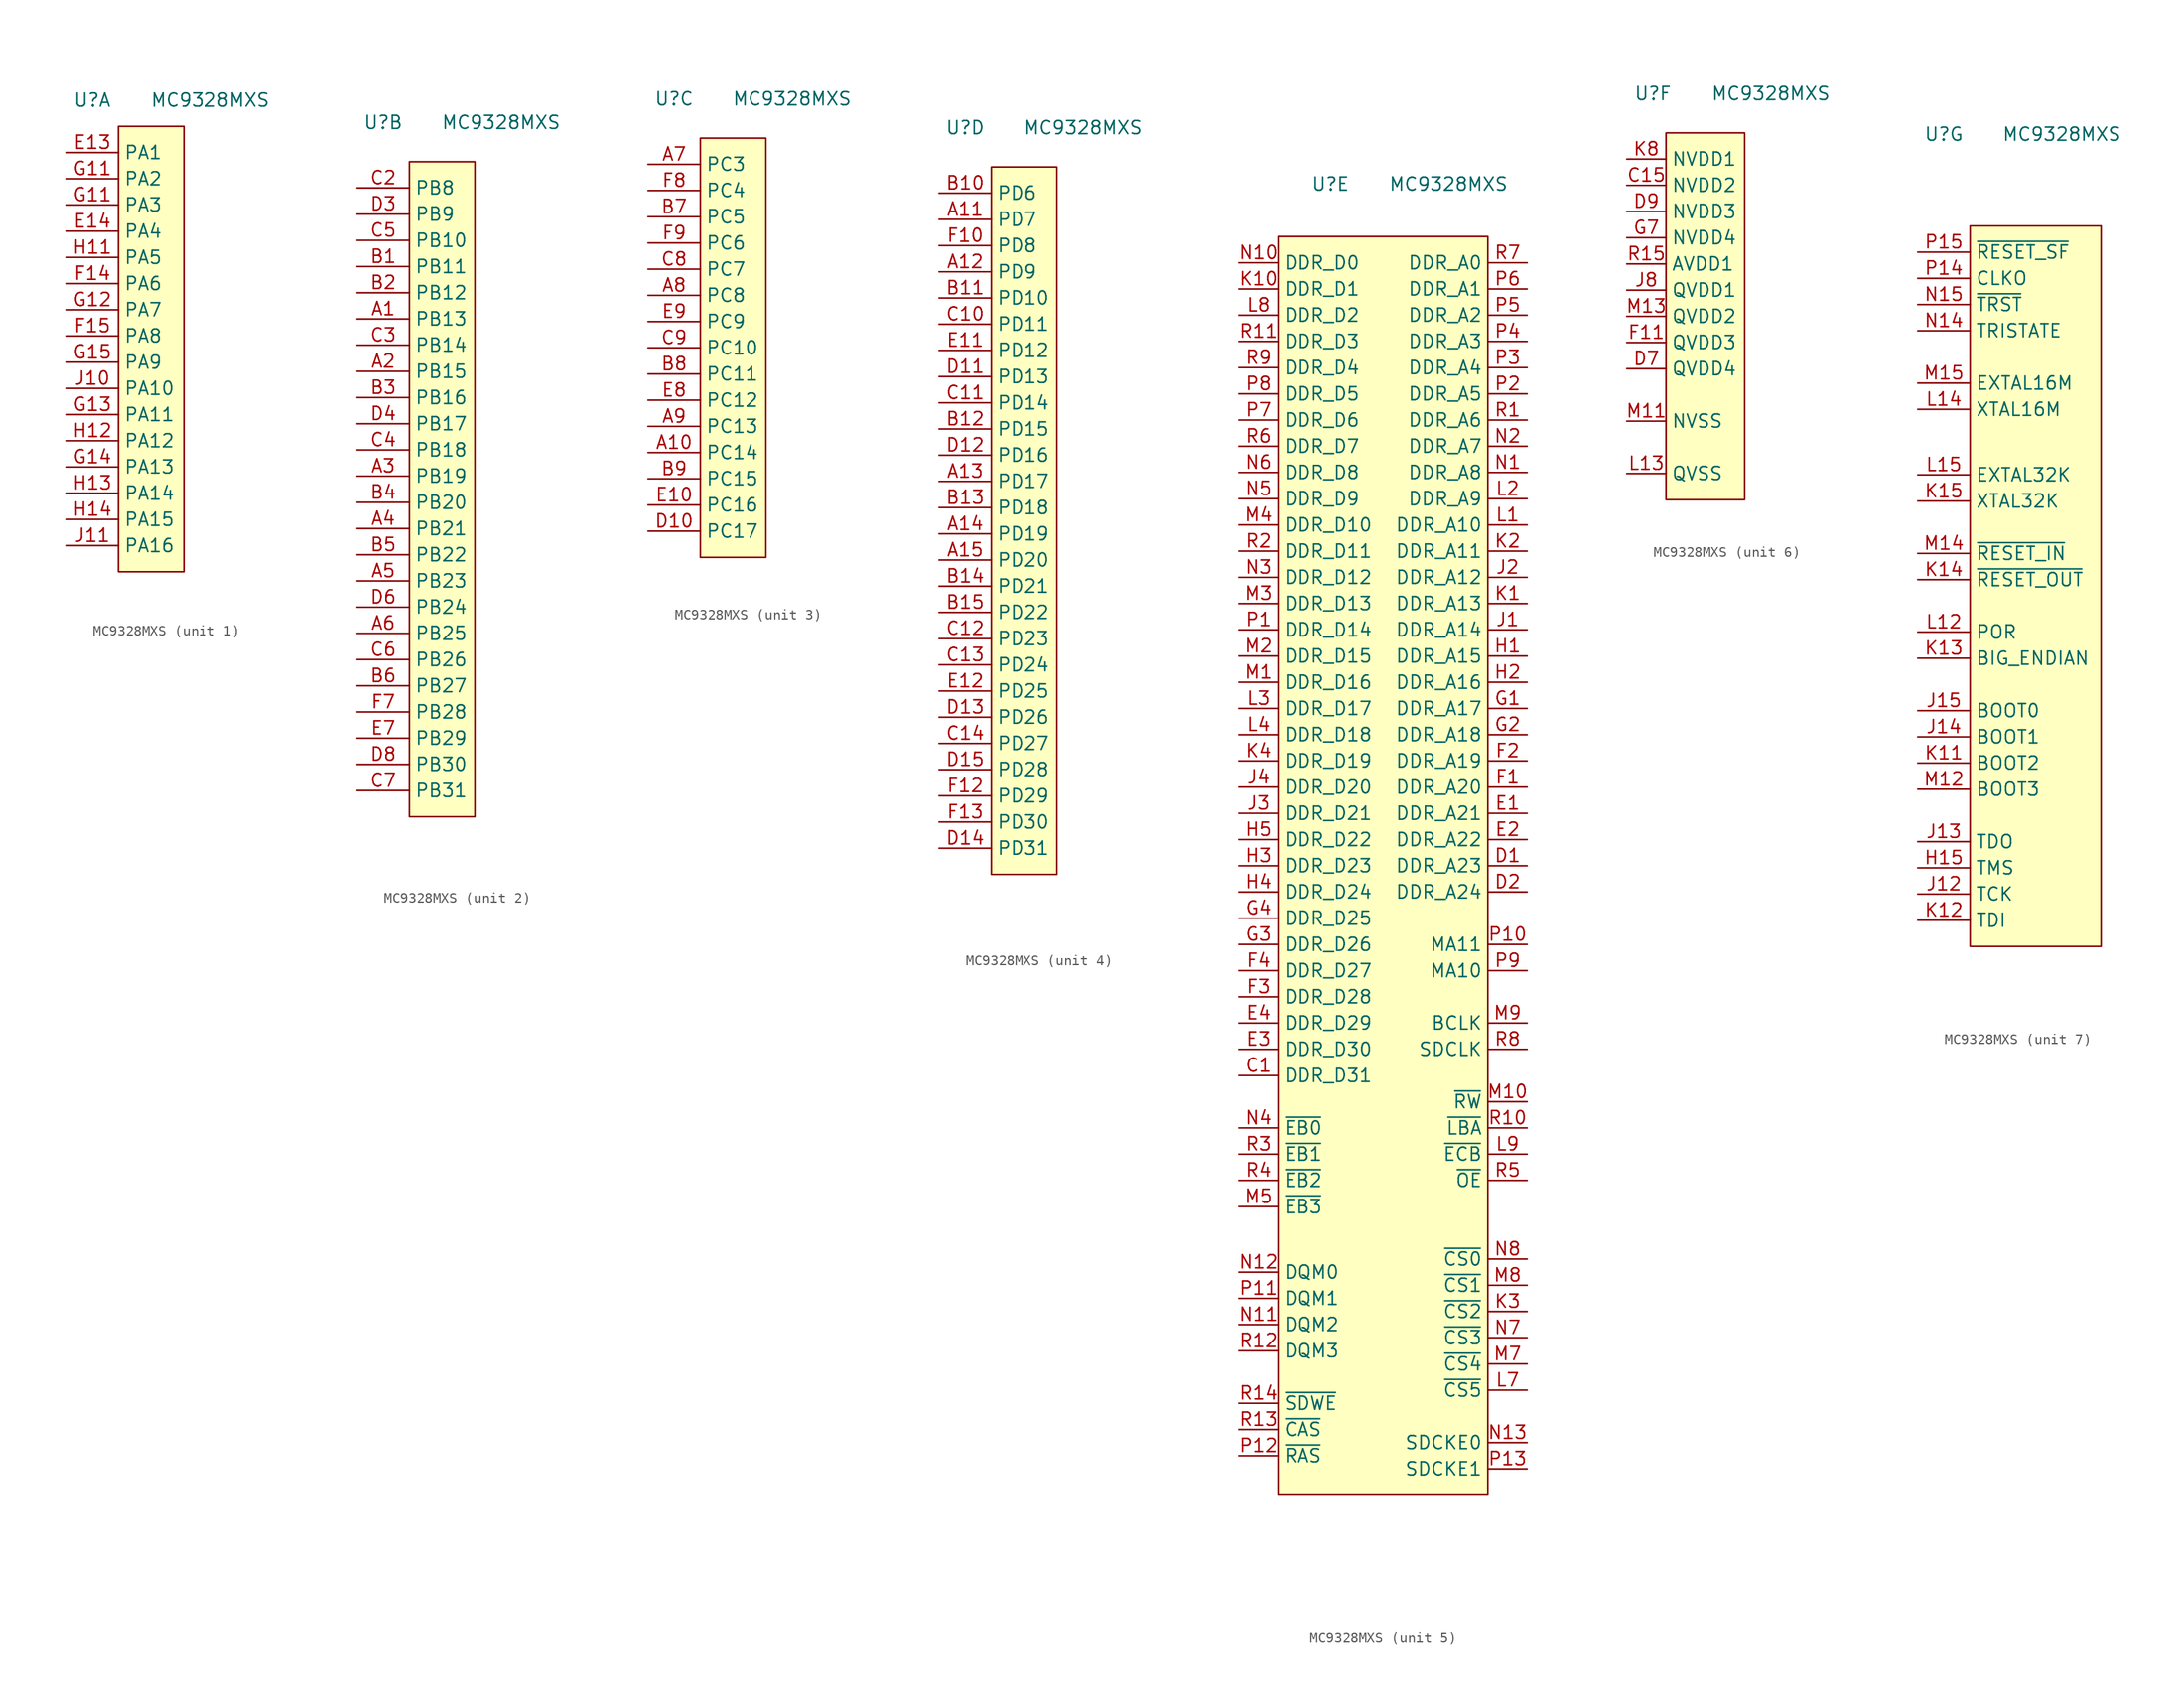
<source format=kicad_sym>
(kicad_symbol_lib
  (version 20220914)
  (generator kicad_symbol_editor)
  (symbol "MC9328MXS"
    (property "Reference" "U"
      (at -5.08 2.54 0)
      (effects (font (size 1.27 1.27))))
    (property "Value" "MC9328MXS"
      (at 6.35 2.54 0)
      (effects (font (size 1.27 1.27))))
    (property "ki_locked" ""
      (at 0 0 0)
      (effects (font (size 1.27 1.27))))
    (symbol "MC9328MXS_1_0"
      (pin passive line (at -7.62 -2.54 0) (length 5.08) (name "PA1" (effects (font (size 1.27 1.27)))) (number "E13" (effects (font (size 1.27 1.27)))))
      (pin passive line (at -7.62 -10.16 0) (length 5.08) (name "PA4" (effects (font (size 1.27 1.27)))) (number "E14" (effects (font (size 1.27 1.27)))))
      (pin passive line (at -7.62 -15.24 0) (length 5.08) (name "PA6" (effects (font (size 1.27 1.27)))) (number "F14" (effects (font (size 1.27 1.27)))))
      (pin passive line (at -7.62 -20.32 0) (length 5.08) (name "PA8" (effects (font (size 1.27 1.27)))) (number "F15" (effects (font (size 1.27 1.27)))))
      (pin passive line (at -7.62 -5.08 0) (length 5.08) (name "PA2" (effects (font (size 1.27 1.27)))) (number "G11" (effects (font (size 1.27 1.27)))))
      (pin passive line (at -7.62 -7.62 0) (length 5.08) (name "PA3" (effects (font (size 1.27 1.27)))) (number "G11" (effects (font (size 1.27 1.27)))))
      (pin passive line (at -7.62 -17.78 0) (length 5.08) (name "PA7" (effects (font (size 1.27 1.27)))) (number "G12" (effects (font (size 1.27 1.27)))))
      (pin passive line (at -7.62 -27.94 0) (length 5.08) (name "PA11" (effects (font (size 1.27 1.27)))) (number "G13" (effects (font (size 1.27 1.27)))))
      (pin passive line (at -7.62 -33.02 0) (length 5.08) (name "PA13" (effects (font (size 1.27 1.27)))) (number "G14" (effects (font (size 1.27 1.27)))))
      (pin passive line (at -7.62 -22.86 0) (length 5.08) (name "PA9" (effects (font (size 1.27 1.27)))) (number "G15" (effects (font (size 1.27 1.27)))))
      (pin passive line (at -7.62 -12.7 0) (length 5.08) (name "PA5" (effects (font (size 1.27 1.27)))) (number "H11" (effects (font (size 1.27 1.27)))))
      (pin passive line (at -7.62 -30.48 0) (length 5.08) (name "PA12" (effects (font (size 1.27 1.27)))) (number "H12" (effects (font (size 1.27 1.27)))))
      (pin passive line (at -7.62 -35.56 0) (length 5.08) (name "PA14" (effects (font (size 1.27 1.27)))) (number "H13" (effects (font (size 1.27 1.27)))))
      (pin passive line (at -7.62 -38.1 0) (length 5.08) (name "PA15" (effects (font (size 1.27 1.27)))) (number "H14" (effects (font (size 1.27 1.27)))))
      (pin passive line (at -7.62 -25.4 0) (length 5.08) (name "PA10" (effects (font (size 1.27 1.27)))) (number "J10" (effects (font (size 1.27 1.27)))))
      (pin passive line (at -7.62 -40.64 0) (length 5.08) (name "PA16" (effects (font (size 1.27 1.27)))) (number "J11" (effects (font (size 1.27 1.27))))))
    (symbol "MC9328MXS_1_1"
      (rectangle (start -2.54 0) (end 3.81 -43.18) (stroke (width 0.152) (type default)) (fill (type background))))
    (symbol "MC9328MXS_2_0"
      (pin passive line (at -7.62 -16.51 0) (length 5.08) (name "PB13" (effects (font (size 1.27 1.27)))) (number "A1" (effects (font (size 1.27 1.27)))))
      (pin passive line (at -7.62 -21.59 0) (length 5.08) (name "PB15" (effects (font (size 1.27 1.27)))) (number "A2" (effects (font (size 1.27 1.27)))))
      (pin passive line (at -7.62 -31.75 0) (length 5.08) (name "PB19" (effects (font (size 1.27 1.27)))) (number "A3" (effects (font (size 1.27 1.27)))))
      (pin passive line (at -7.62 -36.83 0) (length 5.08) (name "PB21" (effects (font (size 1.27 1.27)))) (number "A4" (effects (font (size 1.27 1.27)))))
      (pin passive line (at -7.62 -41.91 0) (length 5.08) (name "PB23" (effects (font (size 1.27 1.27)))) (number "A5" (effects (font (size 1.27 1.27)))))
      (pin passive line (at -7.62 -46.99 0) (length 5.08) (name "PB25" (effects (font (size 1.27 1.27)))) (number "A6" (effects (font (size 1.27 1.27)))))
      (pin passive line (at -7.62 -11.43 0) (length 5.08) (name "PB11" (effects (font (size 1.27 1.27)))) (number "B1" (effects (font (size 1.27 1.27)))))
      (pin passive line (at -7.62 -13.97 0) (length 5.08) (name "PB12" (effects (font (size 1.27 1.27)))) (number "B2" (effects (font (size 1.27 1.27)))))
      (pin passive line (at -7.62 -24.13 0) (length 5.08) (name "PB16" (effects (font (size 1.27 1.27)))) (number "B3" (effects (font (size 1.27 1.27)))))
      (pin passive line (at -7.62 -34.29 0) (length 5.08) (name "PB20" (effects (font (size 1.27 1.27)))) (number "B4" (effects (font (size 1.27 1.27)))))
      (pin passive line (at -7.62 -39.37 0) (length 5.08) (name "PB22" (effects (font (size 1.27 1.27)))) (number "B5" (effects (font (size 1.27 1.27)))))
      (pin passive line (at -7.62 -52.07 0) (length 5.08) (name "PB27" (effects (font (size 1.27 1.27)))) (number "B6" (effects (font (size 1.27 1.27)))))
      (pin passive line (at -7.62 -3.81 0) (length 5.08) (name "PB8" (effects (font (size 1.27 1.27)))) (number "C2" (effects (font (size 1.27 1.27)))))
      (pin passive line (at -7.62 -19.05 0) (length 5.08) (name "PB14" (effects (font (size 1.27 1.27)))) (number "C3" (effects (font (size 1.27 1.27)))))
      (pin passive line (at -7.62 -29.21 0) (length 5.08) (name "PB18" (effects (font (size 1.27 1.27)))) (number "C4" (effects (font (size 1.27 1.27)))))
      (pin passive line (at -7.62 -8.89 0) (length 5.08) (name "PB10" (effects (font (size 1.27 1.27)))) (number "C5" (effects (font (size 1.27 1.27)))))
      (pin passive line (at -7.62 -49.53 0) (length 5.08) (name "PB26" (effects (font (size 1.27 1.27)))) (number "C6" (effects (font (size 1.27 1.27)))))
      (pin passive line (at -7.62 -62.23 0) (length 5.08) (name "PB31" (effects (font (size 1.27 1.27)))) (number "C7" (effects (font (size 1.27 1.27)))))
      (pin passive line (at -7.62 -6.35 0) (length 5.08) (name "PB9" (effects (font (size 1.27 1.27)))) (number "D3" (effects (font (size 1.27 1.27)))))
      (pin passive line (at -7.62 -26.67 0) (length 5.08) (name "PB17" (effects (font (size 1.27 1.27)))) (number "D4" (effects (font (size 1.27 1.27)))))
      (pin passive line (at -7.62 -44.45 0) (length 5.08) (name "PB24" (effects (font (size 1.27 1.27)))) (number "D6" (effects (font (size 1.27 1.27)))))
      (pin passive line (at -7.62 -59.69 0) (length 5.08) (name "PB30" (effects (font (size 1.27 1.27)))) (number "D8" (effects (font (size 1.27 1.27)))))
      (pin passive line (at -7.62 -57.15 0) (length 5.08) (name "PB29" (effects (font (size 1.27 1.27)))) (number "E7" (effects (font (size 1.27 1.27)))))
      (pin passive line (at -7.62 -54.61 0) (length 5.08) (name "PB28" (effects (font (size 1.27 1.27)))) (number "F7" (effects (font (size 1.27 1.27))))))
    (symbol "MC9328MXS_2_1"
      (rectangle (start -2.54 -1.27) (end 3.81 -64.77) (stroke (width 0.152) (type default)) (fill (type background))))
    (symbol "MC9328MXS_3_0"
      (pin passive line (at -7.62 -31.75 0) (length 5.08) (name "PC14" (effects (font (size 1.27 1.27)))) (number "A10" (effects (font (size 1.27 1.27)))))
      (pin passive line (at -7.62 -3.81 0) (length 5.08) (name "PC3" (effects (font (size 1.27 1.27)))) (number "A7" (effects (font (size 1.27 1.27)))))
      (pin passive line (at -7.62 -16.51 0) (length 5.08) (name "PC8" (effects (font (size 1.27 1.27)))) (number "A8" (effects (font (size 1.27 1.27)))))
      (pin passive line (at -7.62 -29.21 0) (length 5.08) (name "PC13" (effects (font (size 1.27 1.27)))) (number "A9" (effects (font (size 1.27 1.27)))))
      (pin passive line (at -7.62 -8.89 0) (length 5.08) (name "PC5" (effects (font (size 1.27 1.27)))) (number "B7" (effects (font (size 1.27 1.27)))))
      (pin passive line (at -7.62 -24.13 0) (length 5.08) (name "PC11" (effects (font (size 1.27 1.27)))) (number "B8" (effects (font (size 1.27 1.27)))))
      (pin passive line (at -7.62 -34.29 0) (length 5.08) (name "PC15" (effects (font (size 1.27 1.27)))) (number "B9" (effects (font (size 1.27 1.27)))))
      (pin passive line (at -7.62 -13.97 0) (length 5.08) (name "PC7" (effects (font (size 1.27 1.27)))) (number "C8" (effects (font (size 1.27 1.27)))))
      (pin passive line (at -7.62 -21.59 0) (length 5.08) (name "PC10" (effects (font (size 1.27 1.27)))) (number "C9" (effects (font (size 1.27 1.27)))))
      (pin passive line (at -7.62 -39.37 0) (length 5.08) (name "PC17" (effects (font (size 1.27 1.27)))) (number "D10" (effects (font (size 1.27 1.27)))))
      (pin passive line (at -7.62 -36.83 0) (length 5.08) (name "PC16" (effects (font (size 1.27 1.27)))) (number "E10" (effects (font (size 1.27 1.27)))))
      (pin passive line (at -7.62 -26.67 0) (length 5.08) (name "PC12" (effects (font (size 1.27 1.27)))) (number "E8" (effects (font (size 1.27 1.27)))))
      (pin passive line (at -7.62 -19.05 0) (length 5.08) (name "PC9" (effects (font (size 1.27 1.27)))) (number "E9" (effects (font (size 1.27 1.27)))))
      (pin passive line (at -7.62 -6.35 0) (length 5.08) (name "PC4" (effects (font (size 1.27 1.27)))) (number "F8" (effects (font (size 1.27 1.27)))))
      (pin passive line (at -7.62 -11.43 0) (length 5.08) (name "PC6" (effects (font (size 1.27 1.27)))) (number "F9" (effects (font (size 1.27 1.27))))))
    (symbol "MC9328MXS_3_1"
      (rectangle (start -2.54 -1.27) (end 3.81 -41.91) (stroke (width 0.152) (type default)) (fill (type background))))
    (symbol "MC9328MXS_4_0"
      (pin passive line (at -7.62 -6.35 0) (length 5.08) (name "PD7" (effects (font (size 1.27 1.27)))) (number "A11" (effects (font (size 1.27 1.27)))))
      (pin passive line (at -7.62 -11.43 0) (length 5.08) (name "PD9" (effects (font (size 1.27 1.27)))) (number "A12" (effects (font (size 1.27 1.27)))))
      (pin passive line (at -7.62 -31.75 0) (length 5.08) (name "PD17" (effects (font (size 1.27 1.27)))) (number "A13" (effects (font (size 1.27 1.27)))))
      (pin passive line (at -7.62 -36.83 0) (length 5.08) (name "PD19" (effects (font (size 1.27 1.27)))) (number "A14" (effects (font (size 1.27 1.27)))))
      (pin passive line (at -7.62 -39.37 0) (length 5.08) (name "PD20" (effects (font (size 1.27 1.27)))) (number "A15" (effects (font (size 1.27 1.27)))))
      (pin passive line (at -7.62 -3.81 0) (length 5.08) (name "PD6" (effects (font (size 1.27 1.27)))) (number "B10" (effects (font (size 1.27 1.27)))))
      (pin passive line (at -7.62 -13.97 0) (length 5.08) (name "PD10" (effects (font (size 1.27 1.27)))) (number "B11" (effects (font (size 1.27 1.27)))))
      (pin passive line (at -7.62 -26.67 0) (length 5.08) (name "PD15" (effects (font (size 1.27 1.27)))) (number "B12" (effects (font (size 1.27 1.27)))))
      (pin passive line (at -7.62 -34.29 0) (length 5.08) (name "PD18" (effects (font (size 1.27 1.27)))) (number "B13" (effects (font (size 1.27 1.27)))))
      (pin passive line (at -7.62 -41.91 0) (length 5.08) (name "PD21" (effects (font (size 1.27 1.27)))) (number "B14" (effects (font (size 1.27 1.27)))))
      (pin passive line (at -7.62 -44.45 0) (length 5.08) (name "PD22" (effects (font (size 1.27 1.27)))) (number "B15" (effects (font (size 1.27 1.27)))))
      (pin passive line (at -7.62 -16.51 0) (length 5.08) (name "PD11" (effects (font (size 1.27 1.27)))) (number "C10" (effects (font (size 1.27 1.27)))))
      (pin passive line (at -7.62 -24.13 0) (length 5.08) (name "PD14" (effects (font (size 1.27 1.27)))) (number "C11" (effects (font (size 1.27 1.27)))))
      (pin passive line (at -7.62 -46.99 0) (length 5.08) (name "PD23" (effects (font (size 1.27 1.27)))) (number "C12" (effects (font (size 1.27 1.27)))))
      (pin passive line (at -7.62 -49.53 0) (length 5.08) (name "PD24" (effects (font (size 1.27 1.27)))) (number "C13" (effects (font (size 1.27 1.27)))))
      (pin passive line (at -7.62 -57.15 0) (length 5.08) (name "PD27" (effects (font (size 1.27 1.27)))) (number "C14" (effects (font (size 1.27 1.27)))))
      (pin passive line (at -7.62 -21.59 0) (length 5.08) (name "PD13" (effects (font (size 1.27 1.27)))) (number "D11" (effects (font (size 1.27 1.27)))))
      (pin passive line (at -7.62 -29.21 0) (length 5.08) (name "PD16" (effects (font (size 1.27 1.27)))) (number "D12" (effects (font (size 1.27 1.27)))))
      (pin passive line (at -7.62 -54.61 0) (length 5.08) (name "PD26" (effects (font (size 1.27 1.27)))) (number "D13" (effects (font (size 1.27 1.27)))))
      (pin passive line (at -7.62 -67.31 0) (length 5.08) (name "PD31" (effects (font (size 1.27 1.27)))) (number "D14" (effects (font (size 1.27 1.27)))))
      (pin passive line (at -7.62 -59.69 0) (length 5.08) (name "PD28" (effects (font (size 1.27 1.27)))) (number "D15" (effects (font (size 1.27 1.27)))))
      (pin passive line (at -7.62 -19.05 0) (length 5.08) (name "PD12" (effects (font (size 1.27 1.27)))) (number "E11" (effects (font (size 1.27 1.27)))))
      (pin passive line (at -7.62 -52.07 0) (length 5.08) (name "PD25" (effects (font (size 1.27 1.27)))) (number "E12" (effects (font (size 1.27 1.27)))))
      (pin passive line (at -7.62 -8.89 0) (length 5.08) (name "PD8" (effects (font (size 1.27 1.27)))) (number "F10" (effects (font (size 1.27 1.27)))))
      (pin passive line (at -7.62 -62.23 0) (length 5.08) (name "PD29" (effects (font (size 1.27 1.27)))) (number "F12" (effects (font (size 1.27 1.27)))))
      (pin passive line (at -7.62 -64.77 0) (length 5.08) (name "PD30" (effects (font (size 1.27 1.27)))) (number "F13" (effects (font (size 1.27 1.27))))))
    (symbol "MC9328MXS_4_1"
      (rectangle (start -2.54 -1.27) (end 3.81 -69.85) (stroke (width 0.152) (type default)) (fill (type background))))
    (symbol "MC9328MXS_5_0"
      (pin passive line (at -13.97 -107.95 0) (length 3.81) (name "DQM2" (effects (font (size 1.27 1.27)))) (number "N11" (effects (font (size 1.27 1.27)))))
      (pin passive line (at -13.97 -102.87 0) (length 3.81) (name "DQM0" (effects (font (size 1.27 1.27)))) (number "N12" (effects (font (size 1.27 1.27)))))
      (pin passive line (at 13.97 -119.38 180) (length 3.81) (name "SDCKE0" (effects (font (size 1.27 1.27)))) (number "N13" (effects (font (size 1.27 1.27)))))
      (pin passive line (at 13.97 -71.12 180) (length 3.81) (name "MA11" (effects (font (size 1.27 1.27)))) (number "P10" (effects (font (size 1.27 1.27)))))
      (pin passive line (at -13.97 -105.41 0) (length 3.81) (name "DQM1" (effects (font (size 1.27 1.27)))) (number "P11" (effects (font (size 1.27 1.27)))))
      (pin passive line (at -13.97 -120.65 0) (length 3.81) (name "~{RAS}" (effects (font (size 1.27 1.27)))) (number "P12" (effects (font (size 1.27 1.27)))))
      (pin passive line (at 13.97 -121.92 180) (length 3.81) (name "SDCKE1" (effects (font (size 1.27 1.27)))) (number "P13" (effects (font (size 1.27 1.27)))))
      (pin passive line (at 13.97 -73.66 180) (length 3.81) (name "MA10" (effects (font (size 1.27 1.27)))) (number "P9" (effects (font (size 1.27 1.27)))))
      (pin passive line (at -13.97 -110.49 0) (length 3.81) (name "DQM3" (effects (font (size 1.27 1.27)))) (number "R12" (effects (font (size 1.27 1.27)))))
      (pin passive line (at -13.97 -118.11 0) (length 3.81) (name "~{CAS}" (effects (font (size 1.27 1.27)))) (number "R13" (effects (font (size 1.27 1.27)))))
      (pin passive line (at -13.97 -115.57 0) (length 3.81) (name "~{SDWE}" (effects (font (size 1.27 1.27)))) (number "R14" (effects (font (size 1.27 1.27)))))
      (pin passive line (at 13.97 -81.28 180) (length 3.81) (name "SDCLK" (effects (font (size 1.27 1.27)))) (number "R8" (effects (font (size 1.27 1.27))))))
    (symbol "MC9328MXS_5_1"
      (rectangle (start -10.16 -2.54) (end 10.16 -124.46) (stroke (width 0.152) (type default)) (fill (type background)))
      (pin bidirectional line (at -13.97 -83.82 0) (length 3.81) (name "DDR_D31" (effects (font (size 1.27 1.27)))) (number "C1" (effects (font (size 1.27 1.27)))))
      (pin output line (at 13.97 -63.5 180) (length 3.81) (name "DDR_A23" (effects (font (size 1.27 1.27)))) (number "D1" (effects (font (size 1.27 1.27)))))
      (pin output line (at 13.97 -66.04 180) (length 3.81) (name "DDR_A24" (effects (font (size 1.27 1.27)))) (number "D2" (effects (font (size 1.27 1.27)))))
      (pin output line (at 13.97 -58.42 180) (length 3.81) (name "DDR_A21" (effects (font (size 1.27 1.27)))) (number "E1" (effects (font (size 1.27 1.27)))))
      (pin output line (at 13.97 -60.96 180) (length 3.81) (name "DDR_A22" (effects (font (size 1.27 1.27)))) (number "E2" (effects (font (size 1.27 1.27)))))
      (pin bidirectional line (at -13.97 -81.28 0) (length 3.81) (name "DDR_D30" (effects (font (size 1.27 1.27)))) (number "E3" (effects (font (size 1.27 1.27)))))
      (pin bidirectional line (at -13.97 -78.74 0) (length 3.81) (name "DDR_D29" (effects (font (size 1.27 1.27)))) (number "E4" (effects (font (size 1.27 1.27)))))
      (pin output line (at 13.97 -55.88 180) (length 3.81) (name "DDR_A20" (effects (font (size 1.27 1.27)))) (number "F1" (effects (font (size 1.27 1.27)))))
      (pin output line (at 13.97 -53.34 180) (length 3.81) (name "DDR_A19" (effects (font (size 1.27 1.27)))) (number "F2" (effects (font (size 1.27 1.27)))))
      (pin bidirectional line (at -13.97 -76.2 0) (length 3.81) (name "DDR_D28" (effects (font (size 1.27 1.27)))) (number "F3" (effects (font (size 1.27 1.27)))))
      (pin bidirectional line (at -13.97 -73.66 0) (length 3.81) (name "DDR_D27" (effects (font (size 1.27 1.27)))) (number "F4" (effects (font (size 1.27 1.27)))))
      (pin output line (at 13.97 -48.26 180) (length 3.81) (name "DDR_A17" (effects (font (size 1.27 1.27)))) (number "G1" (effects (font (size 1.27 1.27)))))
      (pin output line (at 13.97 -50.8 180) (length 3.81) (name "DDR_A18" (effects (font (size 1.27 1.27)))) (number "G2" (effects (font (size 1.27 1.27)))))
      (pin bidirectional line (at -13.97 -71.12 0) (length 3.81) (name "DDR_D26" (effects (font (size 1.27 1.27)))) (number "G3" (effects (font (size 1.27 1.27)))))
      (pin bidirectional line (at -13.97 -68.58 0) (length 3.81) (name "DDR_D25" (effects (font (size 1.27 1.27)))) (number "G4" (effects (font (size 1.27 1.27)))))
      (pin output line (at 13.97 -43.18 180) (length 3.81) (name "DDR_A15" (effects (font (size 1.27 1.27)))) (number "H1" (effects (font (size 1.27 1.27)))))
      (pin output line (at 13.97 -45.72 180) (length 3.81) (name "DDR_A16" (effects (font (size 1.27 1.27)))) (number "H2" (effects (font (size 1.27 1.27)))))
      (pin bidirectional line (at -13.97 -63.5 0) (length 3.81) (name "DDR_D23" (effects (font (size 1.27 1.27)))) (number "H3" (effects (font (size 1.27 1.27)))))
      (pin bidirectional line (at -13.97 -66.04 0) (length 3.81) (name "DDR_D24" (effects (font (size 1.27 1.27)))) (number "H4" (effects (font (size 1.27 1.27)))))
      (pin bidirectional line (at -13.97 -60.96 0) (length 3.81) (name "DDR_D22" (effects (font (size 1.27 1.27)))) (number "H5" (effects (font (size 1.27 1.27)))))
      (pin output line (at 13.97 -40.64 180) (length 3.81) (name "DDR_A14" (effects (font (size 1.27 1.27)))) (number "J1" (effects (font (size 1.27 1.27)))))
      (pin output line (at 13.97 -35.56 180) (length 3.81) (name "DDR_A12" (effects (font (size 1.27 1.27)))) (number "J2" (effects (font (size 1.27 1.27)))))
      (pin bidirectional line (at -13.97 -58.42 0) (length 3.81) (name "DDR_D21" (effects (font (size 1.27 1.27)))) (number "J3" (effects (font (size 1.27 1.27)))))
      (pin bidirectional line (at -13.97 -55.88 0) (length 3.81) (name "DDR_D20" (effects (font (size 1.27 1.27)))) (number "J4" (effects (font (size 1.27 1.27)))))
      (pin output line (at 13.97 -38.1 180) (length 3.81) (name "DDR_A13" (effects (font (size 1.27 1.27)))) (number "K1" (effects (font (size 1.27 1.27)))))
      (pin bidirectional line (at -13.97 -7.62 0) (length 3.81) (name "DDR_D1" (effects (font (size 1.27 1.27)))) (number "K10" (effects (font (size 1.27 1.27)))))
      (pin output line (at 13.97 -33.02 180) (length 3.81) (name "DDR_A11" (effects (font (size 1.27 1.27)))) (number "K2" (effects (font (size 1.27 1.27)))))
      (pin output line (at 13.97 -106.68 180) (length 3.81) (name "~{CS2}" (effects (font (size 1.27 1.27)))) (number "K3" (effects (font (size 1.27 1.27)))))
      (pin bidirectional line (at -13.97 -53.34 0) (length 3.81) (name "DDR_D19" (effects (font (size 1.27 1.27)))) (number "K4" (effects (font (size 1.27 1.27)))))
      (pin output line (at 13.97 -30.48 180) (length 3.81) (name "DDR_A10" (effects (font (size 1.27 1.27)))) (number "L1" (effects (font (size 1.27 1.27)))))
      (pin output line (at 13.97 -27.94 180) (length 3.81) (name "DDR_A9" (effects (font (size 1.27 1.27)))) (number "L2" (effects (font (size 1.27 1.27)))))
      (pin bidirectional line (at -13.97 -48.26 0) (length 3.81) (name "DDR_D17" (effects (font (size 1.27 1.27)))) (number "L3" (effects (font (size 1.27 1.27)))))
      (pin bidirectional line (at -13.97 -50.8 0) (length 3.81) (name "DDR_D18" (effects (font (size 1.27 1.27)))) (number "L4" (effects (font (size 1.27 1.27)))))
      (pin output line (at 13.97 -114.3 180) (length 3.81) (name "~{CS5}" (effects (font (size 1.27 1.27)))) (number "L7" (effects (font (size 1.27 1.27)))))
      (pin bidirectional line (at -13.97 -10.16 0) (length 3.81) (name "DDR_D2" (effects (font (size 1.27 1.27)))) (number "L8" (effects (font (size 1.27 1.27)))))
      (pin output line (at 13.97 -91.44 180) (length 3.81) (name "~{ECB}" (effects (font (size 1.27 1.27)))) (number "L9" (effects (font (size 1.27 1.27)))))
      (pin bidirectional line (at -13.97 -45.72 0) (length 3.81) (name "DDR_D16" (effects (font (size 1.27 1.27)))) (number "M1" (effects (font (size 1.27 1.27)))))
      (pin output line (at 13.97 -86.36 180) (length 3.81) (name "~{RW}" (effects (font (size 1.27 1.27)))) (number "M10" (effects (font (size 1.27 1.27)))))
      (pin bidirectional line (at -13.97 -43.18 0) (length 3.81) (name "DDR_D15" (effects (font (size 1.27 1.27)))) (number "M2" (effects (font (size 1.27 1.27)))))
      (pin bidirectional line (at -13.97 -38.1 0) (length 3.81) (name "DDR_D13" (effects (font (size 1.27 1.27)))) (number "M3" (effects (font (size 1.27 1.27)))))
      (pin bidirectional line (at -13.97 -30.48 0) (length 3.81) (name "DDR_D10" (effects (font (size 1.27 1.27)))) (number "M4" (effects (font (size 1.27 1.27)))))
      (pin output line (at -13.97 -96.52 0) (length 3.81) (name "~{EB3}" (effects (font (size 1.27 1.27)))) (number "M5" (effects (font (size 1.27 1.27)))))
      (pin output line (at 13.97 -111.76 180) (length 3.81) (name "~{CS4}" (effects (font (size 1.27 1.27)))) (number "M7" (effects (font (size 1.27 1.27)))))
      (pin output line (at 13.97 -104.14 180) (length 3.81) (name "~{CS1}" (effects (font (size 1.27 1.27)))) (number "M8" (effects (font (size 1.27 1.27)))))
      (pin output line (at 13.97 -78.74 180) (length 3.81) (name "BCLK" (effects (font (size 1.27 1.27)))) (number "M9" (effects (font (size 1.27 1.27)))))
      (pin output line (at 13.97 -25.4 180) (length 3.81) (name "DDR_A8" (effects (font (size 1.27 1.27)))) (number "N1" (effects (font (size 1.27 1.27)))))
      (pin bidirectional line (at -13.97 -5.08 0) (length 3.81) (name "DDR_D0" (effects (font (size 1.27 1.27)))) (number "N10" (effects (font (size 1.27 1.27)))))
      (pin output line (at 13.97 -22.86 180) (length 3.81) (name "DDR_A7" (effects (font (size 1.27 1.27)))) (number "N2" (effects (font (size 1.27 1.27)))))
      (pin bidirectional line (at -13.97 -35.56 0) (length 3.81) (name "DDR_D12" (effects (font (size 1.27 1.27)))) (number "N3" (effects (font (size 1.27 1.27)))))
      (pin output line (at -13.97 -88.9 0) (length 3.81) (name "~{EB0}" (effects (font (size 1.27 1.27)))) (number "N4" (effects (font (size 1.27 1.27)))))
      (pin bidirectional line (at -13.97 -27.94 0) (length 3.81) (name "DDR_D9" (effects (font (size 1.27 1.27)))) (number "N5" (effects (font (size 1.27 1.27)))))
      (pin bidirectional line (at -13.97 -25.4 0) (length 3.81) (name "DDR_D8" (effects (font (size 1.27 1.27)))) (number "N6" (effects (font (size 1.27 1.27)))))
      (pin output line (at 13.97 -109.22 180) (length 3.81) (name "~{CS3}" (effects (font (size 1.27 1.27)))) (number "N7" (effects (font (size 1.27 1.27)))))
      (pin output line (at 13.97 -101.6 180) (length 3.81) (name "~{CS0}" (effects (font (size 1.27 1.27)))) (number "N8" (effects (font (size 1.27 1.27)))))
      (pin bidirectional line (at -13.97 -40.64 0) (length 3.81) (name "DDR_D14" (effects (font (size 1.27 1.27)))) (number "P1" (effects (font (size 1.27 1.27)))))
      (pin output line (at 13.97 -17.78 180) (length 3.81) (name "DDR_A5" (effects (font (size 1.27 1.27)))) (number "P2" (effects (font (size 1.27 1.27)))))
      (pin output line (at 13.97 -15.24 180) (length 3.81) (name "DDR_A4" (effects (font (size 1.27 1.27)))) (number "P3" (effects (font (size 1.27 1.27)))))
      (pin output line (at 13.97 -12.7 180) (length 3.81) (name "DDR_A3" (effects (font (size 1.27 1.27)))) (number "P4" (effects (font (size 1.27 1.27)))))
      (pin output line (at 13.97 -10.16 180) (length 3.81) (name "DDR_A2" (effects (font (size 1.27 1.27)))) (number "P5" (effects (font (size 1.27 1.27)))))
      (pin output line (at 13.97 -7.62 180) (length 3.81) (name "DDR_A1" (effects (font (size 1.27 1.27)))) (number "P6" (effects (font (size 1.27 1.27)))))
      (pin bidirectional line (at -13.97 -20.32 0) (length 3.81) (name "DDR_D6" (effects (font (size 1.27 1.27)))) (number "P7" (effects (font (size 1.27 1.27)))))
      (pin bidirectional line (at -13.97 -17.78 0) (length 3.81) (name "DDR_D5" (effects (font (size 1.27 1.27)))) (number "P8" (effects (font (size 1.27 1.27)))))
      (pin output line (at 13.97 -20.32 180) (length 3.81) (name "DDR_A6" (effects (font (size 1.27 1.27)))) (number "R1" (effects (font (size 1.27 1.27)))))
      (pin output line (at 13.97 -88.9 180) (length 3.81) (name "~{LBA}" (effects (font (size 1.27 1.27)))) (number "R10" (effects (font (size 1.27 1.27)))))
      (pin bidirectional line (at -13.97 -12.7 0) (length 3.81) (name "DDR_D3" (effects (font (size 1.27 1.27)))) (number "R11" (effects (font (size 1.27 1.27)))))
      (pin bidirectional line (at -13.97 -33.02 0) (length 3.81) (name "DDR_D11" (effects (font (size 1.27 1.27)))) (number "R2" (effects (font (size 1.27 1.27)))))
      (pin output line (at -13.97 -91.44 0) (length 3.81) (name "~{EB1}" (effects (font (size 1.27 1.27)))) (number "R3" (effects (font (size 1.27 1.27)))))
      (pin output line (at -13.97 -93.98 0) (length 3.81) (name "~{EB2}" (effects (font (size 1.27 1.27)))) (number "R4" (effects (font (size 1.27 1.27)))))
      (pin output line (at 13.97 -93.98 180) (length 3.81) (name "~{OE}" (effects (font (size 1.27 1.27)))) (number "R5" (effects (font (size 1.27 1.27)))))
      (pin bidirectional line (at -13.97 -22.86 0) (length 3.81) (name "DDR_D7" (effects (font (size 1.27 1.27)))) (number "R6" (effects (font (size 1.27 1.27)))))
      (pin output line (at 13.97 -5.08 180) (length 3.81) (name "DDR_A0" (effects (font (size 1.27 1.27)))) (number "R7" (effects (font (size 1.27 1.27)))))
      (pin bidirectional line (at -13.97 -15.24 0) (length 3.81) (name "DDR_D4" (effects (font (size 1.27 1.27)))) (number "R9" (effects (font (size 1.27 1.27))))))
    (symbol "MC9328MXS_6_0"
      (pin passive line (at -7.62 -19.05 0) (length 3.81) (name "QVDD2" (effects (font (size 1.27 1.27)))) (number "M13" (effects (font (size 1.27 1.27)))))
      (pin passive line (at -7.62 -13.97 0) (length 3.81) (name "AVDD1" (effects (font (size 1.27 1.27)))) (number "R15" (effects (font (size 1.27 1.27))))))
    (symbol "MC9328MXS_6_1"
      (rectangle (start -3.81 -1.27) (end 3.81 -36.83) (stroke (width 0.152) (type default)) (fill (type background)))
      (pin passive line (at -7.62 -6.35 0) (length 3.81) (name "NVDD2" (effects (font (size 1.27 1.27)))) (number "C15" (effects (font (size 1.27 1.27)))))
      (pin passive line (at -7.62 -3.81 0) (length 3.81) hide (name "NVDD1" (effects (font (size 1.27 1.27)))) (number "D5" (effects (font (size 1.27 1.27)))))
      (pin passive line (at -7.62 -24.13 0) (length 3.81) (name "QVDD4" (effects (font (size 1.27 1.27)))) (number "D7" (effects (font (size 1.27 1.27)))))
      (pin passive line (at -7.62 -8.89 0) (length 3.81) (name "NVDD3" (effects (font (size 1.27 1.27)))) (number "D9" (effects (font (size 1.27 1.27)))))
      (pin passive line (at -7.62 -3.81 0) (length 3.81) hide (name "NVDD1" (effects (font (size 1.27 1.27)))) (number "E5" (effects (font (size 1.27 1.27)))))
      (pin passive line (at -7.62 -34.29 0) (length 3.81) hide (name "QVSS" (effects (font (size 1.27 1.27)))) (number "E6" (effects (font (size 1.27 1.27)))))
      (pin passive line (at -7.62 -21.59 0) (length 3.81) (name "QVDD3" (effects (font (size 1.27 1.27)))) (number "F11" (effects (font (size 1.27 1.27)))))
      (pin passive line (at -7.62 -3.81 0) (length 3.81) hide (name "NVDD1" (effects (font (size 1.27 1.27)))) (number "F5" (effects (font (size 1.27 1.27)))))
      (pin passive line (at -7.62 -3.81 0) (length 3.81) hide (name "NVDD1" (effects (font (size 1.27 1.27)))) (number "F6" (effects (font (size 1.27 1.27)))))
      (pin passive line (at -7.62 -34.29 0) (length 3.81) hide (name "QVSS" (effects (font (size 1.27 1.27)))) (number "G10" (effects (font (size 1.27 1.27)))))
      (pin passive line (at -7.62 -3.81 0) (length 3.81) hide (name "NVDD1" (effects (font (size 1.27 1.27)))) (number "G5" (effects (font (size 1.27 1.27)))))
      (pin passive line (at -7.62 -29.21 0) (length 3.81) hide (name "NVSS" (effects (font (size 1.27 1.27)))) (number "G6" (effects (font (size 1.27 1.27)))))
      (pin passive line (at -7.62 -11.43 0) (length 3.81) (name "NVDD4" (effects (font (size 1.27 1.27)))) (number "G7" (effects (font (size 1.27 1.27)))))
      (pin passive line (at -7.62 -29.21 0) (length 3.81) hide (name "NVSS" (effects (font (size 1.27 1.27)))) (number "G8" (effects (font (size 1.27 1.27)))))
      (pin passive line (at -7.62 -29.21 0) (length 3.81) hide (name "NVSS" (effects (font (size 1.27 1.27)))) (number "G9" (effects (font (size 1.27 1.27)))))
      (pin passive line (at -7.62 -6.35 0) (length 3.81) hide (name "NVDD2" (effects (font (size 1.27 1.27)))) (number "H10" (effects (font (size 1.27 1.27)))))
      (pin passive line (at -7.62 -29.21 0) (length 3.81) hide (name "NVSS" (effects (font (size 1.27 1.27)))) (number "H6" (effects (font (size 1.27 1.27)))))
      (pin passive line (at -7.62 -29.21 0) (length 3.81) hide (name "NVSS" (effects (font (size 1.27 1.27)))) (number "H7" (effects (font (size 1.27 1.27)))))
      (pin passive line (at -7.62 -29.21 0) (length 3.81) hide (name "NVSS" (effects (font (size 1.27 1.27)))) (number "H8" (effects (font (size 1.27 1.27)))))
      (pin passive line (at -7.62 -29.21 0) (length 3.81) hide (name "NVSS" (effects (font (size 1.27 1.27)))) (number "H9" (effects (font (size 1.27 1.27)))))
      (pin passive line (at -7.62 -3.81 0) (length 3.81) hide (name "NVDD1" (effects (font (size 1.27 1.27)))) (number "J5" (effects (font (size 1.27 1.27)))))
      (pin passive line (at -7.62 -29.21 0) (length 3.81) hide (name "NVSS" (effects (font (size 1.27 1.27)))) (number "J6" (effects (font (size 1.27 1.27)))))
      (pin passive line (at -7.62 -29.21 0) (length 3.81) hide (name "NVSS" (effects (font (size 1.27 1.27)))) (number "J7" (effects (font (size 1.27 1.27)))))
      (pin passive line (at -7.62 -16.51 0) (length 3.81) (name "QVDD1" (effects (font (size 1.27 1.27)))) (number "J8" (effects (font (size 1.27 1.27)))))
      (pin passive line (at -7.62 -29.21 0) (length 3.81) hide (name "NVSS" (effects (font (size 1.27 1.27)))) (number "J9" (effects (font (size 1.27 1.27)))))
      (pin passive line (at -7.62 -3.81 0) (length 3.81) hide (name "NVDD1" (effects (font (size 1.27 1.27)))) (number "K5" (effects (font (size 1.27 1.27)))))
      (pin passive line (at -7.62 -29.21 0) (length 3.81) hide (name "NVSS" (effects (font (size 1.27 1.27)))) (number "K6" (effects (font (size 1.27 1.27)))))
      (pin passive line (at -7.62 -34.29 0) (length 3.81) hide (name "QVSS" (effects (font (size 1.27 1.27)))) (number "K7" (effects (font (size 1.27 1.27)))))
      (pin passive line (at -7.62 -3.81 0) (length 3.81) (name "NVDD1" (effects (font (size 1.27 1.27)))) (number "K8" (effects (font (size 1.27 1.27)))))
      (pin passive line (at -7.62 -29.21 0) (length 3.81) hide (name "NVSS" (effects (font (size 1.27 1.27)))) (number "K9" (effects (font (size 1.27 1.27)))))
      (pin passive line (at -7.62 -29.21 0) (length 3.81) hide (name "NVSS" (effects (font (size 1.27 1.27)))) (number "L10" (effects (font (size 1.27 1.27)))))
      (pin passive line (at -7.62 -29.21 0) (length 3.81) hide (name "NVSS" (effects (font (size 1.27 1.27)))) (number "L11" (effects (font (size 1.27 1.27)))))
      (pin passive line (at -7.62 -34.29 0) (length 3.81) (name "QVSS" (effects (font (size 1.27 1.27)))) (number "L13" (effects (font (size 1.27 1.27)))))
      (pin passive line (at -7.62 -3.81 0) (length 3.81) hide (name "NVDD1" (effects (font (size 1.27 1.27)))) (number "L5" (effects (font (size 1.27 1.27)))))
      (pin passive line (at -7.62 -3.81 0) (length 3.81) hide (name "NVDD1" (effects (font (size 1.27 1.27)))) (number "L6" (effects (font (size 1.27 1.27)))))
      (pin passive line (at -7.62 -29.21 0) (length 3.81) (name "NVSS" (effects (font (size 1.27 1.27)))) (number "M11" (effects (font (size 1.27 1.27)))))
      (pin passive line (at -7.62 -3.81 0) (length 3.81) hide (name "NVDD1" (effects (font (size 1.27 1.27)))) (number "M6" (effects (font (size 1.27 1.27))))))
    (symbol "MC9328MXS_7_0"
      (pin passive line (at -7.62 -68.58 0) (length 5.08) (name "TMS" (effects (font (size 1.27 1.27)))) (number "H15" (effects (font (size 1.27 1.27)))))
      (pin passive line (at -7.62 -71.12 0) (length 5.08) (name "TCK" (effects (font (size 1.27 1.27)))) (number "J12" (effects (font (size 1.27 1.27)))))
      (pin passive line (at -7.62 -66.04 0) (length 5.08) (name "TDO" (effects (font (size 1.27 1.27)))) (number "J13" (effects (font (size 1.27 1.27)))))
      (pin passive line (at -7.62 -55.88 0) (length 5.08) (name "BOOT1" (effects (font (size 1.27 1.27)))) (number "J14" (effects (font (size 1.27 1.27)))))
      (pin passive line (at -7.62 -53.34 0) (length 5.08) (name "BOOT0" (effects (font (size 1.27 1.27)))) (number "J15" (effects (font (size 1.27 1.27)))))
      (pin passive line (at -7.62 -58.42 0) (length 5.08) (name "BOOT2" (effects (font (size 1.27 1.27)))) (number "K11" (effects (font (size 1.27 1.27)))))
      (pin passive line (at -7.62 -73.66 0) (length 5.08) (name "TDI" (effects (font (size 1.27 1.27)))) (number "K12" (effects (font (size 1.27 1.27)))))
      (pin passive line (at -7.62 -48.26 0) (length 5.08) (name "BIG_ENDIAN" (effects (font (size 1.27 1.27)))) (number "K13" (effects (font (size 1.27 1.27)))))
      (pin passive line (at -7.62 -40.64 0) (length 5.08) (name "~{RESET_OUT}" (effects (font (size 1.27 1.27)))) (number "K14" (effects (font (size 1.27 1.27)))))
      (pin passive line (at -7.62 -33.02 0) (length 5.08) (name "XTAL32K" (effects (font (size 1.27 1.27)))) (number "K15" (effects (font (size 1.27 1.27)))))
      (pin passive line (at -7.62 -45.72 0) (length 5.08) (name "POR" (effects (font (size 1.27 1.27)))) (number "L12" (effects (font (size 1.27 1.27)))))
      (pin passive line (at -7.62 -24.13 0) (length 5.08) (name "XTAL16M" (effects (font (size 1.27 1.27)))) (number "L14" (effects (font (size 1.27 1.27)))))
      (pin passive line (at -7.62 -30.48 0) (length 5.08) (name "EXTAL32K" (effects (font (size 1.27 1.27)))) (number "L15" (effects (font (size 1.27 1.27)))))
      (pin passive line (at -7.62 -60.96 0) (length 5.08) (name "BOOT3" (effects (font (size 1.27 1.27)))) (number "M12" (effects (font (size 1.27 1.27)))))
      (pin passive line (at -7.62 -38.1 0) (length 5.08) (name "~{RESET_IN}" (effects (font (size 1.27 1.27)))) (number "M14" (effects (font (size 1.27 1.27)))))
      (pin passive line (at -7.62 -21.59 0) (length 5.08) (name "EXTAL16M" (effects (font (size 1.27 1.27)))) (number "M15" (effects (font (size 1.27 1.27)))))
      (pin passive line (at -7.62 -16.51 0) (length 5.08) (name "TRISTATE" (effects (font (size 1.27 1.27)))) (number "N14" (effects (font (size 1.27 1.27)))))
      (pin passive line (at -7.62 -13.97 0) (length 5.08) (name "~{TRST}" (effects (font (size 1.27 1.27)))) (number "N15" (effects (font (size 1.27 1.27)))))
      (pin passive line (at -7.62 -11.43 0) (length 5.08) (name "CLKO" (effects (font (size 1.27 1.27)))) (number "P14" (effects (font (size 1.27 1.27)))))
      (pin passive line (at -7.62 -8.89 0) (length 5.08) (name "~{RESET_SF}" (effects (font (size 1.27 1.27)))) (number "P15" (effects (font (size 1.27 1.27))))))
    (symbol "MC9328MXS_7_1"
      (rectangle (start -2.54 -6.35) (end 10.16 -76.2) (stroke (width 0.152) (type default)) (fill (type background))))))
</source>
